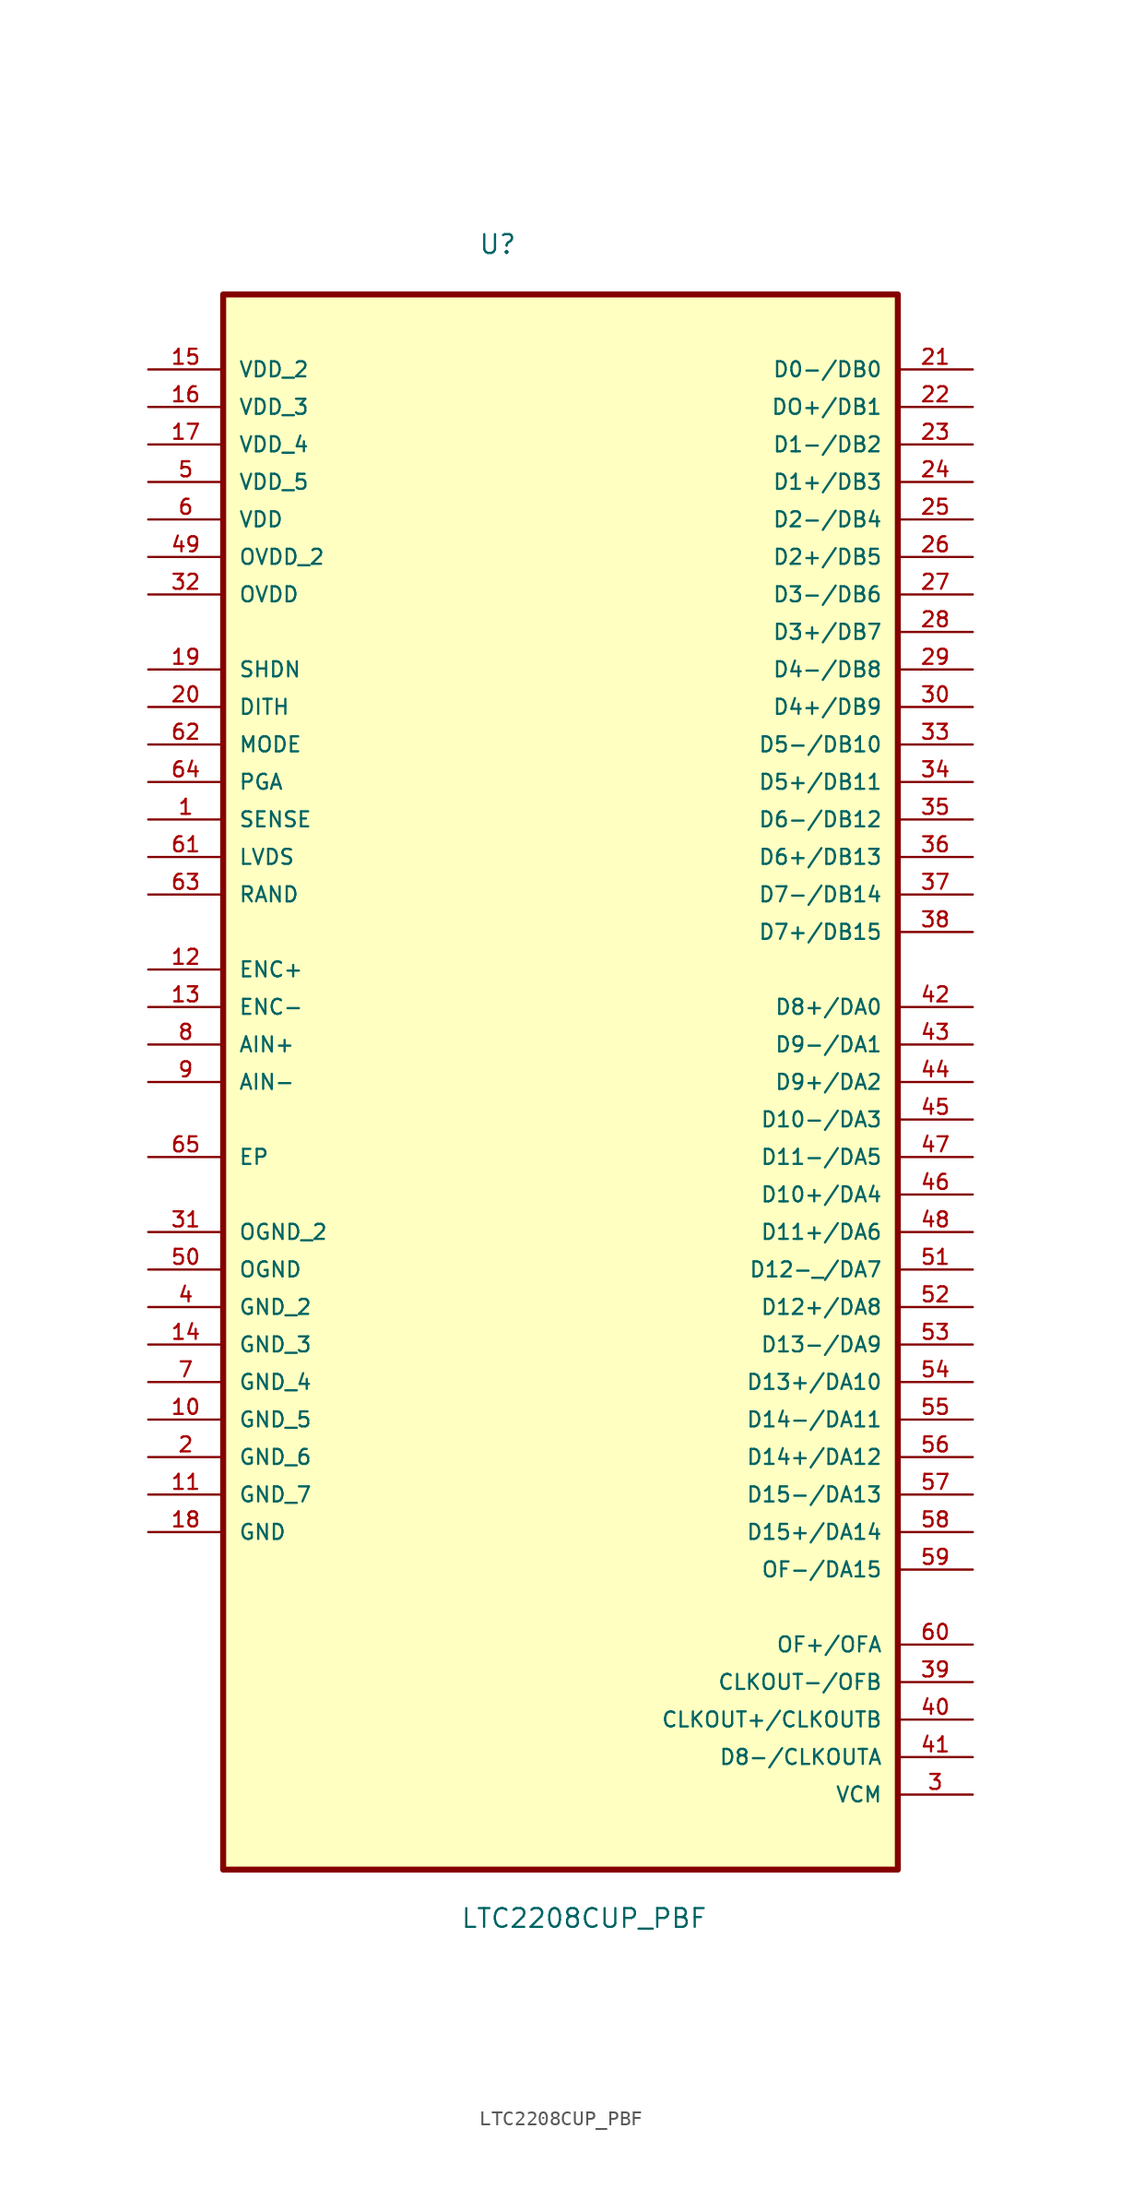
<source format=kicad_sym>
(kicad_symbol_lib
  (version 20211014)
  (generator kicad_symbol_editor)
  (symbol "LTC2208CUP_PBF"
    (pin_names
      (offset 1.016))
    (property "Reference" "U"
      (at -5.569 53.45 0.0)
      (effects (font (size 1.27 1.27)) (justify bottom left)))
    (property "Value" "LTC2208CUP_PBF"
      (at -6.788 -59.92 0.0)
      (effects (font (size 1.27 1.27)) (justify bottom left)))
    (symbol "LTC2208CUP_PBF_0_0"
      (rectangle (start -22.86 -55.88) (end 22.86 50.8) (stroke (width 0.406)) (fill (type background)))
      (pin power_in line (at -27.94 45.72 0) (length 5.08) (name "VDD_2" (effects (font (size 1.016 1.016)))) (number "15" (effects (font (size 1.016 1.016)))))
      (pin power_in line (at -27.94 43.18 0) (length 5.08) (name "VDD_3" (effects (font (size 1.016 1.016)))) (number "16" (effects (font (size 1.016 1.016)))))
      (pin power_in line (at -27.94 40.64 0) (length 5.08) (name "VDD_4" (effects (font (size 1.016 1.016)))) (number "17" (effects (font (size 1.016 1.016)))))
      (pin power_in line (at -27.94 38.1 0) (length 5.08) (name "VDD_5" (effects (font (size 1.016 1.016)))) (number "5" (effects (font (size 1.016 1.016)))))
      (pin power_in line (at -27.94 35.56 0) (length 5.08) (name "VDD" (effects (font (size 1.016 1.016)))) (number "6" (effects (font (size 1.016 1.016)))))
      (pin power_in line (at -27.94 33.02 0) (length 5.08) (name "OVDD_2" (effects (font (size 1.016 1.016)))) (number "49" (effects (font (size 1.016 1.016)))))
      (pin power_in line (at -27.94 30.48 0) (length 5.08) (name "OVDD" (effects (font (size 1.016 1.016)))) (number "32" (effects (font (size 1.016 1.016)))))
      (pin input line (at -27.94 25.4 0) (length 5.08) (name "SHDN" (effects (font (size 1.016 1.016)))) (number "19" (effects (font (size 1.016 1.016)))))
      (pin input line (at -27.94 22.86 0) (length 5.08) (name "DITH" (effects (font (size 1.016 1.016)))) (number "20" (effects (font (size 1.016 1.016)))))
      (pin input line (at -27.94 20.32 0) (length 5.08) (name "MODE" (effects (font (size 1.016 1.016)))) (number "62" (effects (font (size 1.016 1.016)))))
      (pin input line (at -27.94 17.78 0) (length 5.08) (name "PGA" (effects (font (size 1.016 1.016)))) (number "64" (effects (font (size 1.016 1.016)))))
      (pin input line (at -27.94 15.24 0) (length 5.08) (name "SENSE" (effects (font (size 1.016 1.016)))) (number "1" (effects (font (size 1.016 1.016)))))
      (pin input line (at -27.94 12.7 0) (length 5.08) (name "LVDS" (effects (font (size 1.016 1.016)))) (number "61" (effects (font (size 1.016 1.016)))))
      (pin output line (at -27.94 10.16 0) (length 5.08) (name "RAND" (effects (font (size 1.016 1.016)))) (number "63" (effects (font (size 1.016 1.016)))))
      (pin input line (at -27.94 5.08 0) (length 5.08) (name "ENC+" (effects (font (size 1.016 1.016)))) (number "12" (effects (font (size 1.016 1.016)))))
      (pin input line (at -27.94 2.54 0) (length 5.08) (name "ENC-" (effects (font (size 1.016 1.016)))) (number "13" (effects (font (size 1.016 1.016)))))
      (pin input line (at -27.94 0.0 0) (length 5.08) (name "AIN+" (effects (font (size 1.016 1.016)))) (number "8" (effects (font (size 1.016 1.016)))))
      (pin input line (at -27.94 -2.54 0) (length 5.08) (name "AIN-" (effects (font (size 1.016 1.016)))) (number "9" (effects (font (size 1.016 1.016)))))
      (pin passive line (at -27.94 -7.62 0) (length 5.08) (name "EP" (effects (font (size 1.016 1.016)))) (number "65" (effects (font (size 1.016 1.016)))))
      (pin passive line (at -27.94 -12.7 0) (length 5.08) (name "OGND_2" (effects (font (size 1.016 1.016)))) (number "31" (effects (font (size 1.016 1.016)))))
      (pin passive line (at -27.94 -15.24 0) (length 5.08) (name "OGND" (effects (font (size 1.016 1.016)))) (number "50" (effects (font (size 1.016 1.016)))))
      (pin passive line (at -27.94 -17.78 0) (length 5.08) (name "GND_2" (effects (font (size 1.016 1.016)))) (number "4" (effects (font (size 1.016 1.016)))))
      (pin passive line (at -27.94 -20.32 0) (length 5.08) (name "GND_3" (effects (font (size 1.016 1.016)))) (number "14" (effects (font (size 1.016 1.016)))))
      (pin passive line (at -27.94 -22.86 0) (length 5.08) (name "GND_4" (effects (font (size 1.016 1.016)))) (number "7" (effects (font (size 1.016 1.016)))))
      (pin passive line (at -27.94 -25.4 0) (length 5.08) (name "GND_5" (effects (font (size 1.016 1.016)))) (number "10" (effects (font (size 1.016 1.016)))))
      (pin passive line (at -27.94 -27.94 0) (length 5.08) (name "GND_6" (effects (font (size 1.016 1.016)))) (number "2" (effects (font (size 1.016 1.016)))))
      (pin passive line (at -27.94 -30.48 0) (length 5.08) (name "GND_7" (effects (font (size 1.016 1.016)))) (number "11" (effects (font (size 1.016 1.016)))))
      (pin passive line (at -27.94 -33.02 0) (length 5.08) (name "GND" (effects (font (size 1.016 1.016)))) (number "18" (effects (font (size 1.016 1.016)))))
      (pin output line (at 27.94 45.72 180.0) (length 5.08) (name "D0-/DB0" (effects (font (size 1.016 1.016)))) (number "21" (effects (font (size 1.016 1.016)))))
      (pin output line (at 27.94 43.18 180.0) (length 5.08) (name "DO+/DB1" (effects (font (size 1.016 1.016)))) (number "22" (effects (font (size 1.016 1.016)))))
      (pin output line (at 27.94 40.64 180.0) (length 5.08) (name "D1-/DB2" (effects (font (size 1.016 1.016)))) (number "23" (effects (font (size 1.016 1.016)))))
      (pin output line (at 27.94 38.1 180.0) (length 5.08) (name "D1+/DB3" (effects (font (size 1.016 1.016)))) (number "24" (effects (font (size 1.016 1.016)))))
      (pin output line (at 27.94 35.56 180.0) (length 5.08) (name "D2-/DB4" (effects (font (size 1.016 1.016)))) (number "25" (effects (font (size 1.016 1.016)))))
      (pin output line (at 27.94 33.02 180.0) (length 5.08) (name "D2+/DB5" (effects (font (size 1.016 1.016)))) (number "26" (effects (font (size 1.016 1.016)))))
      (pin output line (at 27.94 30.48 180.0) (length 5.08) (name "D3-/DB6" (effects (font (size 1.016 1.016)))) (number "27" (effects (font (size 1.016 1.016)))))
      (pin output line (at 27.94 27.94 180.0) (length 5.08) (name "D3+/DB7" (effects (font (size 1.016 1.016)))) (number "28" (effects (font (size 1.016 1.016)))))
      (pin output line (at 27.94 25.4 180.0) (length 5.08) (name "D4-/DB8" (effects (font (size 1.016 1.016)))) (number "29" (effects (font (size 1.016 1.016)))))
      (pin output line (at 27.94 22.86 180.0) (length 5.08) (name "D4+/DB9" (effects (font (size 1.016 1.016)))) (number "30" (effects (font (size 1.016 1.016)))))
      (pin output line (at 27.94 20.32 180.0) (length 5.08) (name "D5-/DB10" (effects (font (size 1.016 1.016)))) (number "33" (effects (font (size 1.016 1.016)))))
      (pin output line (at 27.94 17.78 180.0) (length 5.08) (name "D5+/DB11" (effects (font (size 1.016 1.016)))) (number "34" (effects (font (size 1.016 1.016)))))
      (pin output line (at 27.94 15.24 180.0) (length 5.08) (name "D6-/DB12" (effects (font (size 1.016 1.016)))) (number "35" (effects (font (size 1.016 1.016)))))
      (pin output line (at 27.94 12.7 180.0) (length 5.08) (name "D6+/DB13" (effects (font (size 1.016 1.016)))) (number "36" (effects (font (size 1.016 1.016)))))
      (pin output line (at 27.94 10.16 180.0) (length 5.08) (name "D7-/DB14" (effects (font (size 1.016 1.016)))) (number "37" (effects (font (size 1.016 1.016)))))
      (pin output line (at 27.94 7.62 180.0) (length 5.08) (name "D7+/DB15" (effects (font (size 1.016 1.016)))) (number "38" (effects (font (size 1.016 1.016)))))
      (pin output line (at 27.94 2.54 180.0) (length 5.08) (name "D8+/DA0" (effects (font (size 1.016 1.016)))) (number "42" (effects (font (size 1.016 1.016)))))
      (pin output line (at 27.94 0.0 180.0) (length 5.08) (name "D9-/DA1" (effects (font (size 1.016 1.016)))) (number "43" (effects (font (size 1.016 1.016)))))
      (pin output line (at 27.94 -2.54 180.0) (length 5.08) (name "D9+/DA2" (effects (font (size 1.016 1.016)))) (number "44" (effects (font (size 1.016 1.016)))))
      (pin output line (at 27.94 -5.08 180.0) (length 5.08) (name "D10-/DA3" (effects (font (size 1.016 1.016)))) (number "45" (effects (font (size 1.016 1.016)))))
      (pin output line (at 27.94 -7.62 180.0) (length 5.08) (name "D11-/DA5" (effects (font (size 1.016 1.016)))) (number "47" (effects (font (size 1.016 1.016)))))
      (pin output line (at 27.94 -10.16 180.0) (length 5.08) (name "D10+/DA4" (effects (font (size 1.016 1.016)))) (number "46" (effects (font (size 1.016 1.016)))))
      (pin output line (at 27.94 -12.7 180.0) (length 5.08) (name "D11+/DA6" (effects (font (size 1.016 1.016)))) (number "48" (effects (font (size 1.016 1.016)))))
      (pin output line (at 27.94 -15.24 180.0) (length 5.08) (name "D12-_/DA7" (effects (font (size 1.016 1.016)))) (number "51" (effects (font (size 1.016 1.016)))))
      (pin output line (at 27.94 -17.78 180.0) (length 5.08) (name "D12+/DA8" (effects (font (size 1.016 1.016)))) (number "52" (effects (font (size 1.016 1.016)))))
      (pin output line (at 27.94 -20.32 180.0) (length 5.08) (name "D13-/DA9" (effects (font (size 1.016 1.016)))) (number "53" (effects (font (size 1.016 1.016)))))
      (pin output line (at 27.94 -22.86 180.0) (length 5.08) (name "D13+/DA10" (effects (font (size 1.016 1.016)))) (number "54" (effects (font (size 1.016 1.016)))))
      (pin output line (at 27.94 -25.4 180.0) (length 5.08) (name "D14-/DA11" (effects (font (size 1.016 1.016)))) (number "55" (effects (font (size 1.016 1.016)))))
      (pin output line (at 27.94 -27.94 180.0) (length 5.08) (name "D14+/DA12" (effects (font (size 1.016 1.016)))) (number "56" (effects (font (size 1.016 1.016)))))
      (pin output line (at 27.94 -30.48 180.0) (length 5.08) (name "D15-/DA13" (effects (font (size 1.016 1.016)))) (number "57" (effects (font (size 1.016 1.016)))))
      (pin output line (at 27.94 -33.02 180.0) (length 5.08) (name "D15+/DA14" (effects (font (size 1.016 1.016)))) (number "58" (effects (font (size 1.016 1.016)))))
      (pin output line (at 27.94 -35.56 180.0) (length 5.08) (name "OF-/DA15" (effects (font (size 1.016 1.016)))) (number "59" (effects (font (size 1.016 1.016)))))
      (pin output line (at 27.94 -40.64 180.0) (length 5.08) (name "OF+/OFA" (effects (font (size 1.016 1.016)))) (number "60" (effects (font (size 1.016 1.016)))))
      (pin output line (at 27.94 -43.18 180.0) (length 5.08) (name "CLKOUT-/OFB" (effects (font (size 1.016 1.016)))) (number "39" (effects (font (size 1.016 1.016)))))
      (pin output line (at 27.94 -45.72 180.0) (length 5.08) (name "CLKOUT+/CLKOUTB" (effects (font (size 1.016 1.016)))) (number "40" (effects (font (size 1.016 1.016)))))
      (pin output line (at 27.94 -48.26 180.0) (length 5.08) (name "D8-/CLKOUTA" (effects (font (size 1.016 1.016)))) (number "41" (effects (font (size 1.016 1.016)))))
      (pin output line (at 27.94 -50.8 180.0) (length 5.08) (name "VCM" (effects (font (size 1.016 1.016)))) (number "3" (effects (font (size 1.016 1.016))))))))
</source>
